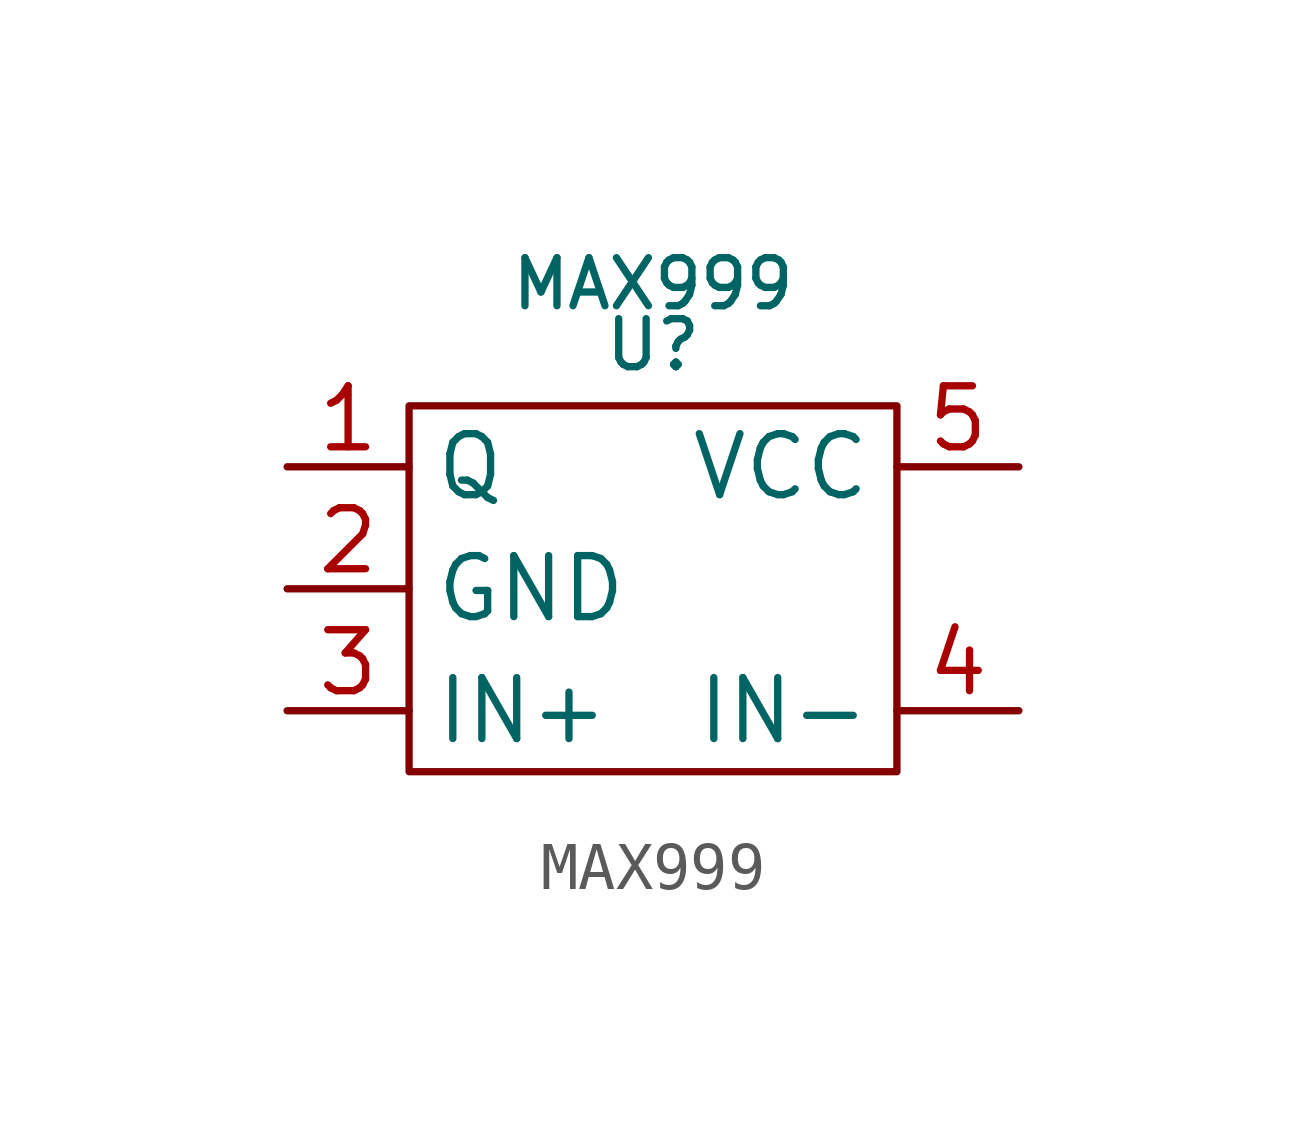
<source format=kicad_sym>
(kicad_symbol_lib
  (version 20211014)
  (generator kicad_symbol_editor)
  (symbol "MAX999"
    (property "Reference" "U"
      (at 0 5.08 0)
      (effects (font (size 1 1))))
    (property "Value" "MAX999"
      (at 0 6.35 0)
      (effects (font (size 1 1))))
    (symbol "MAX999_0_1"
      (rectangle (start -5.08 3.81) (end 5.08 -3.81) (stroke (width 0.152) (type default) (color 0 0 0 0)) (fill (type none))))
    (symbol "MAX999_1_1"
      (pin output line (at -7.62 2.54 0) (length 2.54) (name "Q" (effects (font (size 1.27 1.27)))) (number "1" (effects (font (size 1.27 1.27)))))
      (pin power_in line (at -7.62 0 0) (length 2.54) (name "GND" (effects (font (size 1.27 1.27)))) (number "2" (effects (font (size 1.27 1.27)))))
      (pin input line (at -7.62 -2.54 0) (length 2.54) (name "IN+" (effects (font (size 1.27 1.27)))) (number "3" (effects (font (size 1.27 1.27)))))
      (pin input line (at 7.62 -2.54 180) (length 2.54) (name "IN-" (effects (font (size 1.27 1.27)))) (number "4" (effects (font (size 1.27 1.27)))))
      (pin power_in line (at 7.62 2.54 180) (length 2.54) (name "VCC" (effects (font (size 1.27 1.27)))) (number "5" (effects (font (size 1.27 1.27))))))))
</source>
